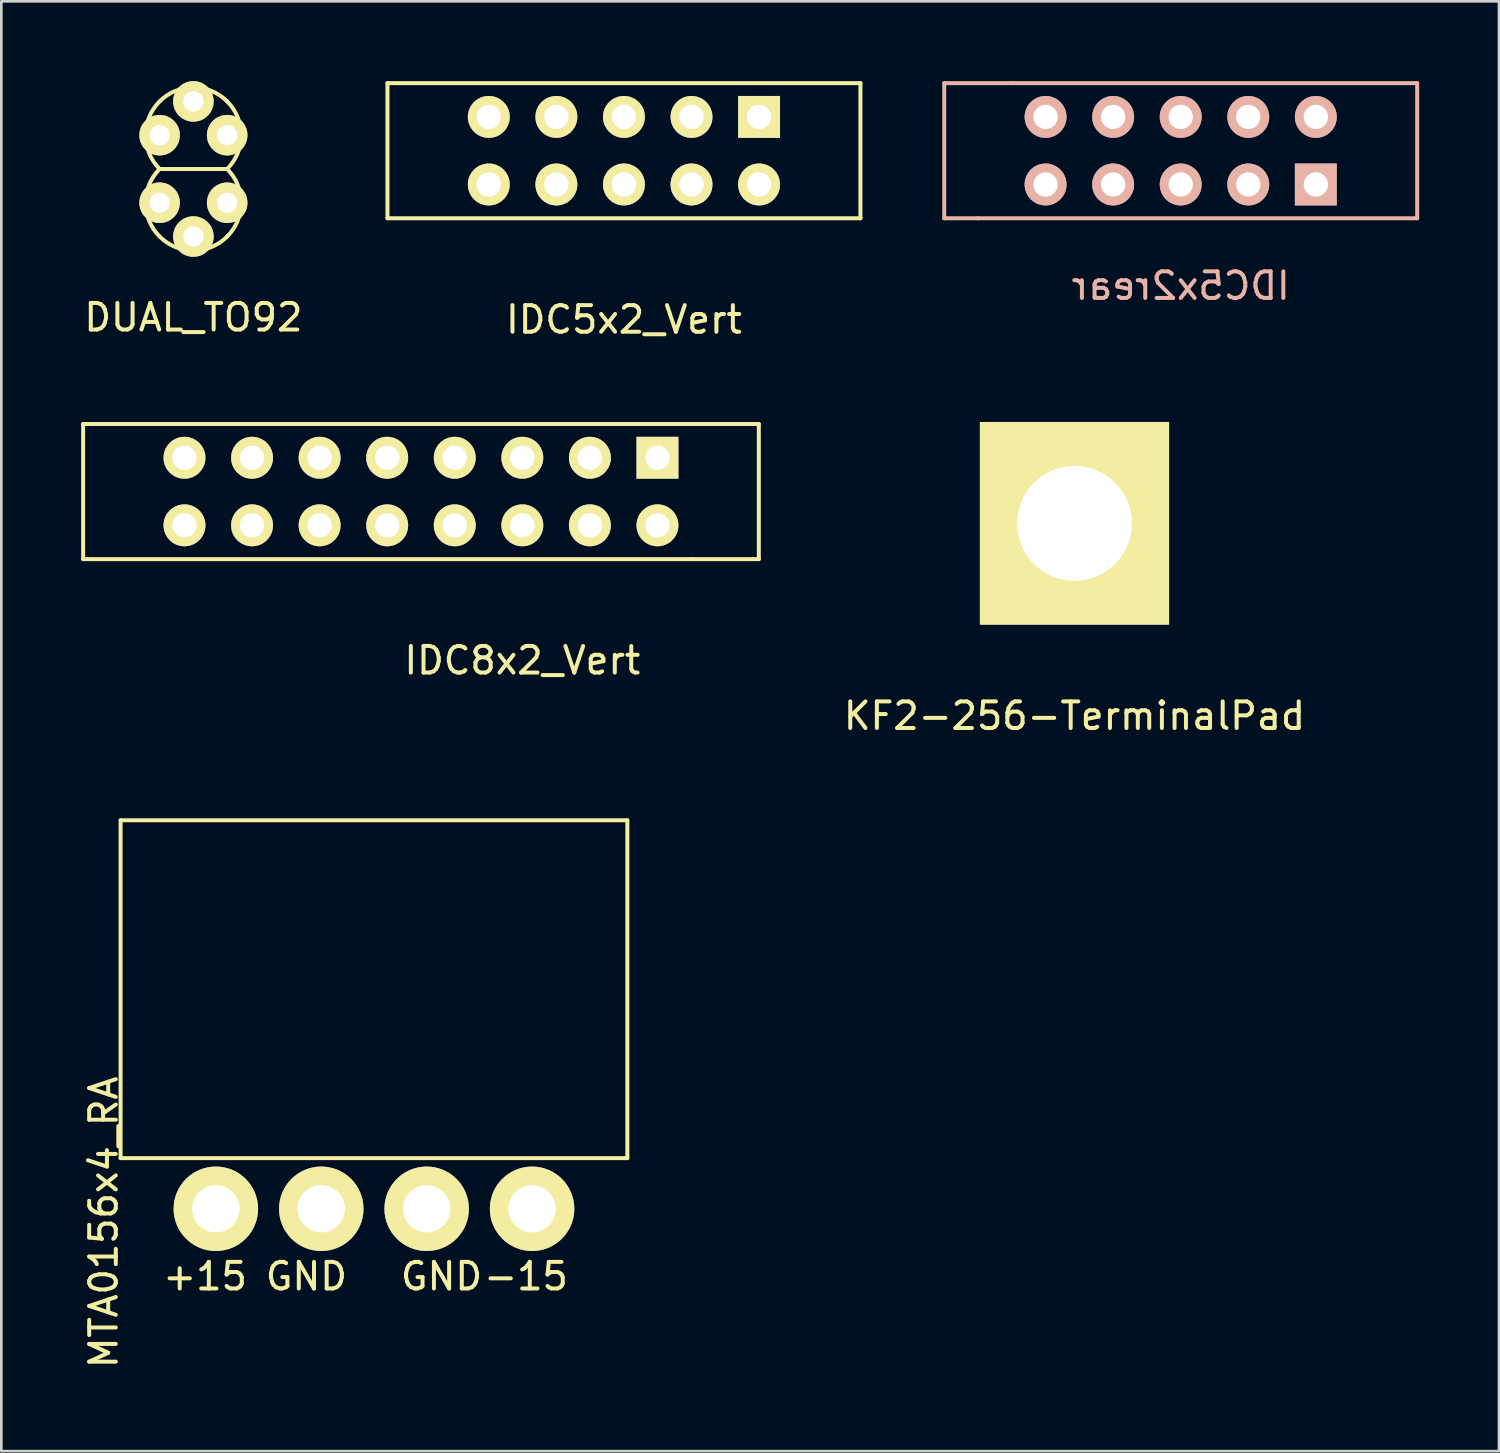
<source format=kicad_pcb>
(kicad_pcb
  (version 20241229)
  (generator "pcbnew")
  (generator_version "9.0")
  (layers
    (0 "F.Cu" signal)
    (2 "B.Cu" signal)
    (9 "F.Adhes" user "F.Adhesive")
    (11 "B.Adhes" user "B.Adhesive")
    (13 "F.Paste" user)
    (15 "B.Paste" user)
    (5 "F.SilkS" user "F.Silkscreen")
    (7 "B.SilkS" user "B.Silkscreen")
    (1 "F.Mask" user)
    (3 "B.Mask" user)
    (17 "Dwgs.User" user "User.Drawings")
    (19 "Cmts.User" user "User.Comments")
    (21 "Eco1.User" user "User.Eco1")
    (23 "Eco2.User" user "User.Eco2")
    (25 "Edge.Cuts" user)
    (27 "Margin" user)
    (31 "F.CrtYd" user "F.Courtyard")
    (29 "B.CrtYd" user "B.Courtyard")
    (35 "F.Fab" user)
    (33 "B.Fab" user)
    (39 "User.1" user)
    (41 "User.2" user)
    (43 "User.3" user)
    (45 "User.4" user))
  (footprint "IDC5x2rear"
    (layer "F.Cu")
    (at 41.335 3.885)
    (property "Reference" "IDC5x2rear" (at 0 3.81 0) (layer "B.SilkS") (effects (font (size 1 1) (thickness 0.15)) (justify mirror)))
    (attr through_hole)
    (fp_line (start -8.89 -3.81) (end -6.35 -3.81) (stroke (width 0.15) (type solid)) (layer "B.SilkS"))
    (fp_line (start -8.89 1.27) (end -8.89 -3.81) (stroke (width 0.15) (type solid)) (layer "B.SilkS"))
    (fp_line (start -7.62 1.27) (end -8.89 1.27) (stroke (width 0.15) (type solid)) (layer "B.SilkS"))
    (fp_line (start -6.35 -3.81) (end 8.89 -3.81) (stroke (width 0.15) (type solid)) (layer "B.SilkS"))
    (fp_line (start 8.89 -3.81) (end 8.89 1.27) (stroke (width 0.15) (type solid)) (layer "B.SilkS"))
    (fp_line (start 8.89 1.27) (end -7.62 1.27) (stroke (width 0.15) (type solid)) (layer "B.SilkS"))
    (pad "1" thru_hole rect (at 5.08 0) (size 1.575 1.575) (drill 0.914) (layers "*.Cu" "*.Mask" "B.SilkS"))
    (pad "2" thru_hole circle (at 5.08 -2.54) (size 1.575 1.575) (drill 0.914) (layers "*.Cu" "*.Mask" "B.SilkS"))
    (pad "3" thru_hole circle (at 2.54 0) (size 1.575 1.575) (drill 0.914) (layers "*.Cu" "*.Mask" "B.SilkS"))
    (pad "4" thru_hole circle (at 2.54 -2.54) (size 1.575 1.575) (drill 0.914) (layers "*.Cu" "*.Mask" "B.SilkS"))
    (pad "5" thru_hole circle (at 0 0) (size 1.575 1.575) (drill 0.914) (layers "*.Cu" "*.Mask" "B.SilkS"))
    (pad "6" thru_hole circle (at 0 -2.54) (size 1.575 1.575) (drill 0.914) (layers "*.Cu" "*.Mask" "B.SilkS"))
    (pad "7" thru_hole circle (at -2.54 0) (size 1.575 1.575) (drill 0.914) (layers "*.Cu" "*.Mask" "B.SilkS"))
    (pad "8" thru_hole circle (at -2.54 -2.54) (size 1.575 1.575) (drill 0.914) (layers "*.Cu" "*.Mask" "B.SilkS"))
    (pad "9" thru_hole circle (at -5.08 0) (size 1.575 1.575) (drill 0.914) (layers "*.Cu" "*.Mask" "B.SilkS"))
    (pad "10" thru_hole circle (at -5.08 -2.54) (size 1.575 1.575) (drill 0.914) (layers "*.Cu" "*.Mask" "B.SilkS")))
  (footprint "IDC5x2_Vert"
    (layer "F.Cu")
    (at 20.405 2.615)
    (property "Reference" "IDC5x2_Vert" (at 0 6.35 0) (layer "F.SilkS") (effects (font (size 1 1) (thickness 0.15))))
    (attr through_hole)
    (fp_line (start -8.89 2.54) (end -8.89 -2.54) (stroke (width 0.15) (type solid)) (layer "F.SilkS"))
    (fp_line (start 8.89 -2.54) (end -8.89 -2.54) (stroke (width 0.15) (type solid)) (layer "F.SilkS"))
    (fp_line (start 8.89 -2.54) (end 8.89 2.54) (stroke (width 0.15) (type solid)) (layer "F.SilkS"))
    (fp_line (start 8.89 2.54) (end -8.89 2.54) (stroke (width 0.15) (type solid)) (layer "F.SilkS"))
    (pad "1" thru_hole rect (at 5.08 -1.27) (size 1.575 1.575) (drill 0.914) (layers "*.Cu" "*.Mask" "F.SilkS"))
    (pad "2" thru_hole circle (at 5.08 1.27) (size 1.575 1.575) (drill 0.914) (layers "*.Cu" "*.Mask" "F.SilkS"))
    (pad "3" thru_hole circle (at 2.54 -1.27) (size 1.575 1.575) (drill 0.914) (layers "*.Cu" "*.Mask" "F.SilkS"))
    (pad "4" thru_hole circle (at 2.54 1.27) (size 1.575 1.575) (drill 0.914) (layers "*.Cu" "*.Mask" "F.SilkS"))
    (pad "5" thru_hole circle (at 0 -1.27) (size 1.575 1.575) (drill 0.914) (layers "*.Cu" "*.Mask" "F.SilkS"))
    (pad "6" thru_hole circle (at 0 1.27) (size 1.575 1.575) (drill 0.914) (layers "*.Cu" "*.Mask" "F.SilkS"))
    (pad "7" thru_hole circle (at -2.54 -1.27) (size 1.575 1.575) (drill 0.914) (layers "*.Cu" "*.Mask" "F.SilkS"))
    (pad "8" thru_hole circle (at -2.54 1.27) (size 1.575 1.575) (drill 0.914) (layers "*.Cu" "*.Mask" "F.SilkS"))
    (pad "9" thru_hole circle (at -5.08 -1.27) (size 1.575 1.575) (drill 0.914) (layers "*.Cu" "*.Mask" "F.SilkS"))
    (pad "10" thru_hole circle (at -5.08 1.27) (size 1.575 1.575) (drill 0.914) (layers "*.Cu" "*.Mask" "F.SilkS")))
  (footprint "KF2-256-TerminalPad"
    (layer "F.Cu")
    (at 37.342 21.322)
    (property "Reference" "KF2-256-TerminalPad" (at 0 2.54 0) (layer "F.SilkS") (effects (font (size 1 1) (thickness 0.15))))
    (attr through_hole)
    (pad "1" thru_hole rect (at 0 -4.699) (size 7.112 7.62) (drill 4.318) (layers "*.Cu" "*.Mask" "F.SilkS")))
  (footprint "MTA0156x4_RA"
    (layer "F.Cu")
    (at 11.008 42.391)
    (property "Reference" "MTA0156x4_RA" (at -10.16 0.508 90) (layer "F.SilkS") (effects (font (size 1 1) (thickness 0.15))))
    (attr through_hole)
    (fp_line (start -9.525 -14.605) (end -9.525 -1.905) (stroke (width 0.15) (type solid)) (layer "F.SilkS"))
    (fp_line (start -9.525 -1.905) (end 9.525 -1.905) (stroke (width 0.15) (type solid)) (layer "F.SilkS"))
    (fp_line (start 9.525 -14.605) (end -9.525 -14.605) (stroke (width 0.15) (type solid)) (layer "F.SilkS"))
    (fp_line (start 9.525 -1.905) (end 9.525 -14.605) (stroke (width 0.15) (type solid)) (layer "F.SilkS"))
    (fp_text user "GND" (at 2.54 2.54 0) (layer "F.SilkS") (effects (font (size 1 1) (thickness 0.15))))
    (fp_text user "-15" (at 5.715 2.54 0) (layer "F.SilkS") (effects (font (size 1 1) (thickness 0.15))))
    (fp_text user "+15" (at -6.35 2.54 0) (layer "F.SilkS") (effects (font (size 1 1) (thickness 0.15))))
    (fp_text user "GND" (at -2.54 2.54 0) (layer "F.SilkS") (effects (font (size 1 1) (thickness 0.15))))
    (pad "1" thru_hole circle (at -5.944 0) (size 3.175 3.175) (drill 1.778) (layers "*.Cu" "*.Mask" "F.SilkS"))
    (pad "2" thru_hole circle (at -1.981 0) (size 3.175 3.175) (drill 1.778) (layers "*.Cu" "*.Mask" "F.SilkS"))
    (pad "3" thru_hole circle (at 1.981 0) (size 3.175 3.175) (drill 1.778) (layers "*.Cu" "*.Mask" "F.SilkS"))
    (pad "4" thru_hole circle (at 5.944 0) (size 3.175 3.175) (drill 1.778) (layers "*.Cu" "*.Mask" "F.SilkS")))
  (footprint "DUAL_TO92"
    (layer "F.Cu")
    (at 4.22 3.302)
    (property "Reference" "DUAL_TO92" (at 0 5.58 0) (layer "F.SilkS") (effects (font (size 1 1) (thickness 0.15))))
    (attr through_hole)
    (fp_line (start -1.27 0) (end 1.27 0) (stroke (width 0.15) (type solid)) (layer "F.SilkS"))
    (fp_arc (start -1.27 -2.54) (mid 0 -3.066051) (end 1.27 -2.54) (stroke (width 0.15) (type solid)) (layer "F.SilkS"))
    (fp_arc (start -1.27 0) (mid -1.796051 -1.27) (end -1.27 -2.54) (stroke (width 0.15) (type solid)) (layer "F.SilkS"))
    (fp_arc (start -1.27 2.54) (mid -1.796051 1.27) (end -1.27 0) (stroke (width 0.15) (type solid)) (layer "F.SilkS"))
    (fp_arc (start 1.27 -2.54) (mid 1.796051 -1.27) (end 1.27 0) (stroke (width 0.15) (type solid)) (layer "F.SilkS"))
    (fp_arc (start 1.27 0) (mid 1.796051 1.27) (end 1.27 2.54) (stroke (width 0.15) (type solid)) (layer "F.SilkS"))
    (fp_arc (start 1.27 2.54) (mid 0 3.066051) (end -1.27 2.54) (stroke (width 0.15) (type solid)) (layer "F.SilkS"))
    (pad "1" thru_hole circle (at 1.27 1.27) (size 1.524 1.524) (drill 0.762) (layers "*.Cu" "*.Mask" "F.SilkS"))
    (pad "2" thru_hole circle (at 0 2.54) (size 1.524 1.524) (drill 0.762) (layers "*.Cu" "*.Mask" "F.SilkS"))
    (pad "3" thru_hole circle (at -1.27 1.27) (size 1.524 1.524) (drill 0.762) (layers "*.Cu" "*.Mask" "F.SilkS"))
    (pad "4" thru_hole circle (at -1.27 -1.27) (size 1.524 1.524) (drill 0.762) (layers "*.Cu" "*.Mask" "F.SilkS"))
    (pad "5" thru_hole circle (at 0 -2.54) (size 1.524 1.524) (drill 0.762) (layers "*.Cu" "*.Mask" "F.SilkS"))
    (pad "6" thru_hole circle (at 1.27 -1.27) (size 1.524 1.524) (drill 0.762) (layers "*.Cu" "*.Mask" "F.SilkS")))
  (footprint "IDC8x2_Vert"
    (layer "F.Cu")
    (at 12.775 15.428)
    (property "Reference" "IDC8x2_Vert" (at 3.81 6.35 0) (layer "F.SilkS") (effects (font (size 1 1) (thickness 0.15))))
    (attr through_hole)
    (fp_line (start -12.7 -2.54) (end 12.7 -2.54) (stroke (width 0.15) (type solid)) (layer "F.SilkS"))
    (fp_line (start -12.7 2.54) (end -12.7 -2.54) (stroke (width 0.15) (type solid)) (layer "F.SilkS"))
    (fp_line (start 10.16 2.54) (end -12.7 2.54) (stroke (width 0.15) (type solid)) (layer "F.SilkS"))
    (fp_line (start 12.7 -2.54) (end 12.7 2.54) (stroke (width 0.15) (type solid)) (layer "F.SilkS"))
    (fp_line (start 12.7 2.54) (end 10.16 2.54) (stroke (width 0.15) (type solid)) (layer "F.SilkS"))
    (pad "1" thru_hole rect (at 8.89 -1.27) (size 1.575 1.575) (drill 0.914) (layers "*.Cu" "*.Mask" "F.SilkS"))
    (pad "2" thru_hole circle (at 8.89 1.27) (size 1.575 1.575) (drill 0.914) (layers "*.Cu" "*.Mask" "F.SilkS"))
    (pad "3" thru_hole circle (at 6.35 -1.27) (size 1.575 1.575) (drill 0.914) (layers "*.Cu" "*.Mask" "F.SilkS"))
    (pad "4" thru_hole circle (at 6.35 1.27) (size 1.575 1.575) (drill 0.914) (layers "*.Cu" "*.Mask" "F.SilkS"))
    (pad "5" thru_hole circle (at 3.81 -1.27) (size 1.575 1.575) (drill 0.914) (layers "*.Cu" "*.Mask" "F.SilkS"))
    (pad "6" thru_hole circle (at 3.81 1.27) (size 1.575 1.575) (drill 0.914) (layers "*.Cu" "*.Mask" "F.SilkS"))
    (pad "7" thru_hole circle (at 1.27 -1.27) (size 1.575 1.575) (drill 0.914) (layers "*.Cu" "*.Mask" "F.SilkS"))
    (pad "8" thru_hole circle (at 1.27 1.27) (size 1.575 1.575) (drill 0.914) (layers "*.Cu" "*.Mask" "F.SilkS"))
    (pad "9" thru_hole circle (at -1.27 -1.27) (size 1.575 1.575) (drill 0.914) (layers "*.Cu" "*.Mask" "F.SilkS"))
    (pad "10" thru_hole circle (at -1.27 1.27) (size 1.575 1.575) (drill 0.914) (layers "*.Cu" "*.Mask" "F.SilkS"))
    (pad "11" thru_hole circle (at -3.81 -1.27) (size 1.575 1.575) (drill 0.914) (layers "*.Cu" "*.Mask" "F.SilkS"))
    (pad "12" thru_hole circle (at -3.81 1.27) (size 1.575 1.575) (drill 0.914) (layers "*.Cu" "*.Mask" "F.SilkS"))
    (pad "13" thru_hole circle (at -6.35 -1.27) (size 1.575 1.575) (drill 0.914) (layers "*.Cu" "*.Mask" "F.SilkS"))
    (pad "14" thru_hole circle (at -6.35 1.27) (size 1.575 1.575) (drill 0.914) (layers "*.Cu" "*.Mask" "F.SilkS"))
    (pad "15" thru_hole circle (at -8.89 -1.27) (size 1.575 1.575) (drill 0.914) (layers "*.Cu" "*.Mask" "F.SilkS"))
    (pad "16" thru_hole circle (at -8.89 1.27) (size 1.575 1.575) (drill 0.914) (layers "*.Cu" "*.Mask" "F.SilkS")))
  (gr_rect
    (start -3 -3)
    (end 53.3 51.5)
    (stroke (width 0.1) (type default))
    (fill no)
    (layer "Edge.Cuts")))
</source>
